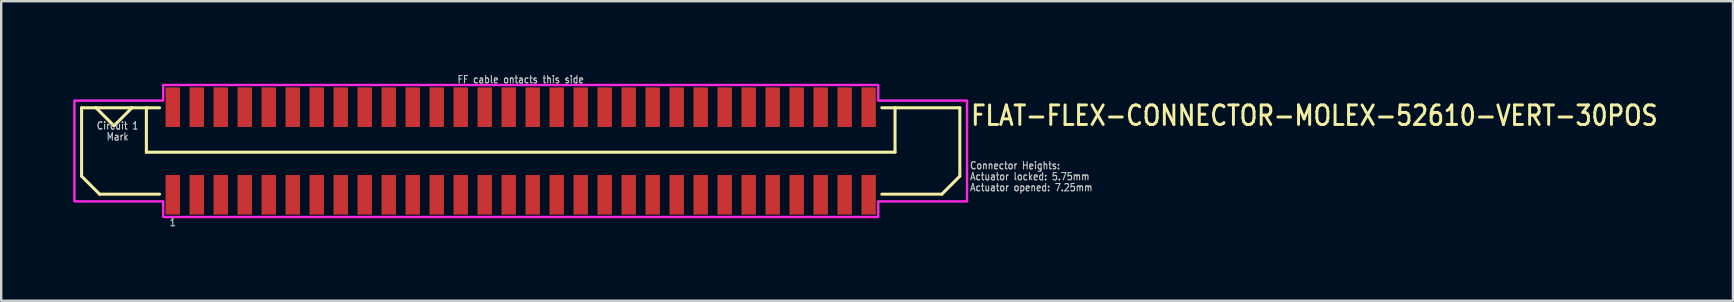
<source format=kicad_pcb>
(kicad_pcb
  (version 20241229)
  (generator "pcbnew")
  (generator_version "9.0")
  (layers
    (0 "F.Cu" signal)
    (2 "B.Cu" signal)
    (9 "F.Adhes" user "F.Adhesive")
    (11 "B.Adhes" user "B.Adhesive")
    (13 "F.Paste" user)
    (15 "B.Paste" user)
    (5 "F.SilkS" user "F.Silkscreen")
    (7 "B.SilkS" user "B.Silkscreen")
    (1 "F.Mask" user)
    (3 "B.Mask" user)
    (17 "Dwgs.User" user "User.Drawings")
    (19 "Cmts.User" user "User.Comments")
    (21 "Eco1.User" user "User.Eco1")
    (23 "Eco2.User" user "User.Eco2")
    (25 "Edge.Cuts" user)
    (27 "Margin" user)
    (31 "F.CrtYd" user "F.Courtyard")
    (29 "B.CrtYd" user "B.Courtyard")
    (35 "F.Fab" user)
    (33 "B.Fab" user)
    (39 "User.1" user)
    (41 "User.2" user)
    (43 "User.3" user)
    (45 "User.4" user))
  (footprint "FLAT-FLEX-CONNECTOR-MOLEX-52610-VERT-30POS"
    (layer "F.Cu")
    (at 18.65 3.242)
    (property "Reference" "FLAT-FLEX-CONNECTOR-MOLEX-52610-VERT-30POS" (at 18.7 -1 0) (unlocked yes) (layer "F.SilkS") (effects (font (size 0.813 0.695) (thickness 0.122)) (justify left bottom)))
    (fp_line (start -18.3 -1.8) (end -18.3 1.05) (stroke (width 0.127) (type solid)) (layer "F.SilkS"))
    (fp_line (start -18.3 1.05) (end -17.55 1.8) (stroke (width 0.127) (type solid)) (layer "F.SilkS"))
    (fp_line (start -17.7 -1.8) (end -18.3 -1.8) (stroke (width 0.127) (type solid)) (layer "F.SilkS"))
    (fp_line (start -17.7 -1.8) (end -16.95 -1.05) (stroke (width 0.127) (type solid)) (layer "F.SilkS"))
    (fp_line (start -17.55 1.8) (end -15.05 1.8) (stroke (width 0.127) (type solid)) (layer "F.SilkS"))
    (fp_line (start -16.95 -1.05) (end -16.2 -1.8) (stroke (width 0.127) (type solid)) (layer "F.SilkS"))
    (fp_line (start -16.2 -1.8) (end -17.7 -1.8) (stroke (width 0.127) (type solid)) (layer "F.SilkS"))
    (fp_line (start -15.6 -1.8) (end -16.2 -1.8) (stroke (width 0.127) (type solid)) (layer "F.SilkS"))
    (fp_line (start -15.6 -1.8) (end -15.6 0.05) (stroke (width 0.127) (type solid)) (layer "F.SilkS"))
    (fp_line (start -15.6 0.05) (end 15.6 0.05) (stroke (width 0.127) (type solid)) (layer "F.SilkS"))
    (fp_line (start -15.05 -1.8) (end -15.6 -1.8) (stroke (width 0.127) (type solid)) (layer "F.SilkS"))
    (fp_line (start 15.05 -1.8) (end 15.6 -1.8) (stroke (width 0.127) (type solid)) (layer "F.SilkS"))
    (fp_line (start 15.6 -1.8) (end 18.3 -1.8) (stroke (width 0.127) (type solid)) (layer "F.SilkS"))
    (fp_line (start 15.6 0.05) (end 15.6 -1.8) (stroke (width 0.127) (type solid)) (layer "F.SilkS"))
    (fp_line (start 17.55 1.8) (end 15.05 1.8) (stroke (width 0.127) (type solid)) (layer "F.SilkS"))
    (fp_line (start 18.3 -1.8) (end 18.3 1.05) (stroke (width 0.127) (type solid)) (layer "F.SilkS"))
    (fp_line (start 18.3 1.05) (end 17.55 1.8) (stroke (width 0.127) (type solid)) (layer "F.SilkS"))
    (fp_poly (pts (xy -18.6 -2.1) (xy -14.9 -2.1) (xy -14.9 -2.75) (xy 14.9 -2.75) (xy 14.9 -2.1) (xy 18.6 -2.1) (xy 18.6 2.1) (xy 14.9 2.1) (xy 14.9 2.75) (xy -14.9 2.75) (xy -14.9 2.1) (xy -18.6 2.1)) (stroke (width 0.1) (type solid)) (fill no) (layer "F.CrtYd"))
    (fp_text user "1" (at -14.5 2.8 0) (unlocked yes) (layer "Dwgs.User") (effects (font (size 0.305 0.261) (thickness 0.046)) (justify top)))
    (fp_text user "Actuator opened: 7.25mm" (at 18.7 1.7 0) (unlocked yes) (layer "Dwgs.User") (effects (font (size 0.305 0.261) (thickness 0.046)) (justify left bottom)))
    (fp_text user "Connector Heights:" (at 18.7 0.786 0) (unlocked yes) (layer "Dwgs.User") (effects (font (size 0.305 0.261) (thickness 0.046)) (justify left bottom)))
    (fp_text user "Mark" (at -16.8 -0.771 0) (unlocked yes) (layer "Dwgs.User") (effects (font (size 0.305 0.261) (thickness 0.046)) (justify top)))
    (fp_text user "FF cable ontacts this side" (at 0 -2.8 0) (unlocked yes) (layer "Dwgs.User") (effects (font (size 0.305 0.261) (thickness 0.046)) (justify bottom)))
    (fp_text user "Circuit 1" (at -16.8 -1.229 0) (unlocked yes) (layer "Dwgs.User") (effects (font (size 0.305 0.261) (thickness 0.046)) (justify top)))
    (fp_text user "Actuator locked: 5.75mm" (at 18.7 1.243 0) (unlocked yes) (layer "Dwgs.User") (effects (font (size 0.305 0.261) (thickness 0.046)) (justify left bottom)))
    (pad "PC1" smd rect (at -14.5 -1.825) (size 0.6 1.65) (layers "F.Cu" "F.Mask" "F.Paste"))
    (pad "PC2" smd rect (at -13.5 -1.825) (size 0.6 1.65) (layers "F.Cu" "F.Mask" "F.Paste"))
    (pad "PC3" smd rect (at -12.5 -1.825) (size 0.6 1.65) (layers "F.Cu" "F.Mask" "F.Paste"))
    (pad "PC4" smd rect (at -11.5 -1.825) (size 0.6 1.65) (layers "F.Cu" "F.Mask" "F.Paste"))
    (pad "PC5" smd rect (at -10.5 -1.825) (size 0.6 1.65) (layers "F.Cu" "F.Mask" "F.Paste"))
    (pad "PC6" smd rect (at -9.5 -1.825) (size 0.6 1.65) (layers "F.Cu" "F.Mask" "F.Paste"))
    (pad "PC7" smd rect (at -8.5 -1.825) (size 0.6 1.65) (layers "F.Cu" "F.Mask" "F.Paste"))
    (pad "PC8" smd rect (at -7.5 -1.825) (size 0.6 1.65) (layers "F.Cu" "F.Mask" "F.Paste"))
    (pad "PC9" smd rect (at -6.5 -1.825) (size 0.6 1.65) (layers "F.Cu" "F.Mask" "F.Paste"))
    (pad "PC10" smd rect (at -5.5 -1.825) (size 0.6 1.65) (layers "F.Cu" "F.Mask" "F.Paste"))
    (pad "PC11" smd rect (at -4.5 -1.825) (size 0.6 1.65) (layers "F.Cu" "F.Mask" "F.Paste"))
    (pad "PC12" smd rect (at -3.5 -1.825) (size 0.6 1.65) (layers "F.Cu" "F.Mask" "F.Paste"))
    (pad "PC13" smd rect (at -2.5 -1.825) (size 0.6 1.65) (layers "F.Cu" "F.Mask" "F.Paste"))
    (pad "PC14" smd rect (at -1.5 -1.825) (size 0.6 1.65) (layers "F.Cu" "F.Mask" "F.Paste"))
    (pad "PC15" smd rect (at -0.5 -1.825) (size 0.6 1.65) (layers "F.Cu" "F.Mask" "F.Paste"))
    (pad "PC16" smd rect (at 0.5 -1.825) (size 0.6 1.65) (layers "F.Cu" "F.Mask" "F.Paste"))
    (pad "PC17" smd rect (at 1.5 -1.825) (size 0.6 1.65) (layers "F.Cu" "F.Mask" "F.Paste"))
    (pad "PC18" smd rect (at 2.5 -1.825) (size 0.6 1.65) (layers "F.Cu" "F.Mask" "F.Paste"))
    (pad "PC19" smd rect (at 3.5 -1.825) (size 0.6 1.65) (layers "F.Cu" "F.Mask" "F.Paste"))
    (pad "PC20" smd rect (at 4.5 -1.825) (size 0.6 1.65) (layers "F.Cu" "F.Mask" "F.Paste"))
    (pad "PC21" smd rect (at 5.5 -1.825) (size 0.6 1.65) (layers "F.Cu" "F.Mask" "F.Paste"))
    (pad "PC22" smd rect (at 6.5 -1.825) (size 0.6 1.65) (layers "F.Cu" "F.Mask" "F.Paste"))
    (pad "PC23" smd rect (at 7.5 -1.825) (size 0.6 1.65) (layers "F.Cu" "F.Mask" "F.Paste"))
    (pad "PC24" smd rect (at 8.5 -1.825) (size 0.6 1.65) (layers "F.Cu" "F.Mask" "F.Paste"))
    (pad "PC25" smd rect (at 9.5 -1.825) (size 0.6 1.65) (layers "F.Cu" "F.Mask" "F.Paste"))
    (pad "PC26" smd rect (at 10.5 -1.825) (size 0.6 1.65) (layers "F.Cu" "F.Mask" "F.Paste"))
    (pad "PC27" smd rect (at 11.5 -1.825) (size 0.6 1.65) (layers "F.Cu" "F.Mask" "F.Paste"))
    (pad "PC28" smd rect (at 12.5 -1.825) (size 0.6 1.65) (layers "F.Cu" "F.Mask" "F.Paste"))
    (pad "PC29" smd rect (at 13.5 -1.825) (size 0.6 1.65) (layers "F.Cu" "F.Mask" "F.Paste"))
    (pad "PC30" smd rect (at 14.5 -1.825) (size 0.6 1.65) (layers "F.Cu" "F.Mask" "F.Paste"))
    (pad "PS1" smd rect (at -14.5 1.825) (size 0.6 1.65) (layers "F.Cu" "F.Mask" "F.Paste"))
    (pad "PS2" smd rect (at -13.5 1.825) (size 0.6 1.65) (layers "F.Cu" "F.Mask" "F.Paste"))
    (pad "PS3" smd rect (at -12.5 1.825) (size 0.6 1.65) (layers "F.Cu" "F.Mask" "F.Paste"))
    (pad "PS4" smd rect (at -11.5 1.825) (size 0.6 1.65) (layers "F.Cu" "F.Mask" "F.Paste"))
    (pad "PS5" smd rect (at -10.5 1.825) (size 0.6 1.65) (layers "F.Cu" "F.Mask" "F.Paste"))
    (pad "PS6" smd rect (at -9.5 1.825) (size 0.6 1.65) (layers "F.Cu" "F.Mask" "F.Paste"))
    (pad "PS7" smd rect (at -8.5 1.825) (size 0.6 1.65) (layers "F.Cu" "F.Mask" "F.Paste"))
    (pad "PS8" smd rect (at -7.5 1.825) (size 0.6 1.65) (layers "F.Cu" "F.Mask" "F.Paste"))
    (pad "PS9" smd rect (at -6.5 1.825) (size 0.6 1.65) (layers "F.Cu" "F.Mask" "F.Paste"))
    (pad "PS10" smd rect (at -5.5 1.825) (size 0.6 1.65) (layers "F.Cu" "F.Mask" "F.Paste"))
    (pad "PS11" smd rect (at -4.5 1.825) (size 0.6 1.65) (layers "F.Cu" "F.Mask" "F.Paste"))
    (pad "PS12" smd rect (at -3.5 1.825) (size 0.6 1.65) (layers "F.Cu" "F.Mask" "F.Paste"))
    (pad "PS13" smd rect (at -2.5 1.825) (size 0.6 1.65) (layers "F.Cu" "F.Mask" "F.Paste"))
    (pad "PS14" smd rect (at -1.5 1.825) (size 0.6 1.65) (layers "F.Cu" "F.Mask" "F.Paste"))
    (pad "PS15" smd rect (at -0.5 1.825) (size 0.6 1.65) (layers "F.Cu" "F.Mask" "F.Paste"))
    (pad "PS16" smd rect (at 0.5 1.825) (size 0.6 1.65) (layers "F.Cu" "F.Mask" "F.Paste"))
    (pad "PS17" smd rect (at 1.5 1.825) (size 0.6 1.65) (layers "F.Cu" "F.Mask" "F.Paste"))
    (pad "PS18" smd rect (at 2.5 1.825) (size 0.6 1.65) (layers "F.Cu" "F.Mask" "F.Paste"))
    (pad "PS19" smd rect (at 3.5 1.825) (size 0.6 1.65) (layers "F.Cu" "F.Mask" "F.Paste"))
    (pad "PS20" smd rect (at 4.5 1.825) (size 0.6 1.65) (layers "F.Cu" "F.Mask" "F.Paste"))
    (pad "PS21" smd rect (at 5.5 1.825) (size 0.6 1.65) (layers "F.Cu" "F.Mask" "F.Paste"))
    (pad "PS22" smd rect (at 6.5 1.825) (size 0.6 1.65) (layers "F.Cu" "F.Mask" "F.Paste"))
    (pad "PS23" smd rect (at 7.5 1.825) (size 0.6 1.65) (layers "F.Cu" "F.Mask" "F.Paste"))
    (pad "PS24" smd rect (at 8.5 1.825) (size 0.6 1.65) (layers "F.Cu" "F.Mask" "F.Paste"))
    (pad "PS25" smd rect (at 9.5 1.825) (size 0.6 1.65) (layers "F.Cu" "F.Mask" "F.Paste"))
    (pad "PS26" smd rect (at 10.5 1.825) (size 0.6 1.65) (layers "F.Cu" "F.Mask" "F.Paste"))
    (pad "PS27" smd rect (at 11.5 1.825) (size 0.6 1.65) (layers "F.Cu" "F.Mask" "F.Paste"))
    (pad "PS28" smd rect (at 12.5 1.825) (size 0.6 1.65) (layers "F.Cu" "F.Mask" "F.Paste"))
    (pad "PS29" smd rect (at 13.5 1.825) (size 0.6 1.65) (layers "F.Cu" "F.Mask" "F.Paste"))
    (pad "PS30" smd rect (at 14.5 1.825) (size 0.6 1.65) (layers "F.Cu" "F.Mask" "F.Paste")))
  (gr_rect
    (start -3 -3)
    (end 69.169 9.484)
    (stroke (width 0.1) (type default))
    (fill no)
    (layer "Edge.Cuts")))
</source>
